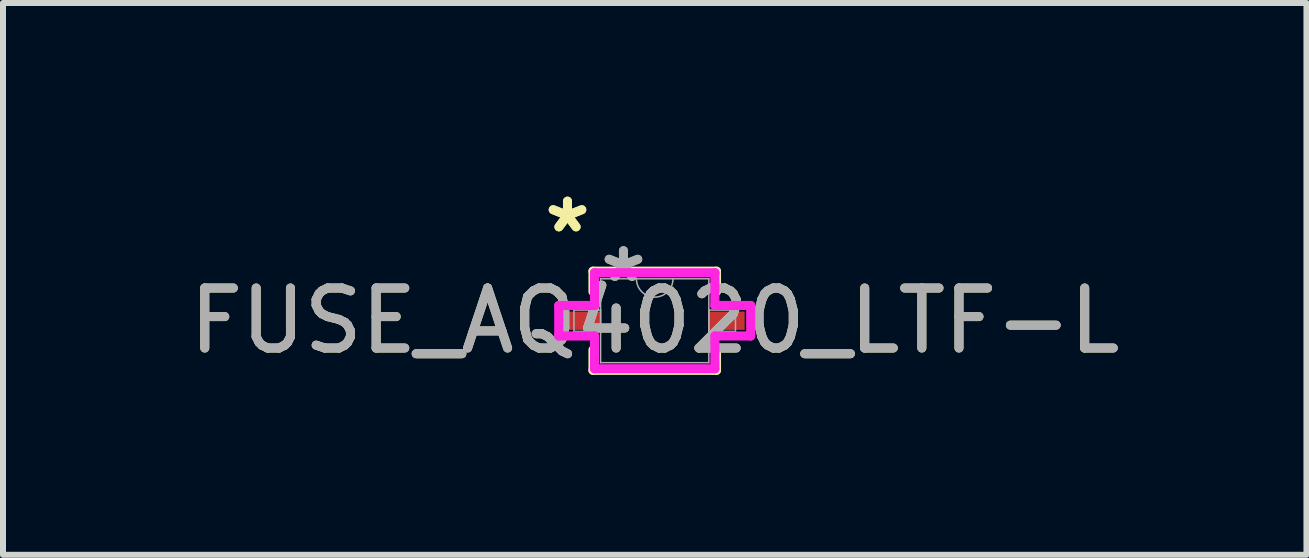
<source format=kicad_pcb>
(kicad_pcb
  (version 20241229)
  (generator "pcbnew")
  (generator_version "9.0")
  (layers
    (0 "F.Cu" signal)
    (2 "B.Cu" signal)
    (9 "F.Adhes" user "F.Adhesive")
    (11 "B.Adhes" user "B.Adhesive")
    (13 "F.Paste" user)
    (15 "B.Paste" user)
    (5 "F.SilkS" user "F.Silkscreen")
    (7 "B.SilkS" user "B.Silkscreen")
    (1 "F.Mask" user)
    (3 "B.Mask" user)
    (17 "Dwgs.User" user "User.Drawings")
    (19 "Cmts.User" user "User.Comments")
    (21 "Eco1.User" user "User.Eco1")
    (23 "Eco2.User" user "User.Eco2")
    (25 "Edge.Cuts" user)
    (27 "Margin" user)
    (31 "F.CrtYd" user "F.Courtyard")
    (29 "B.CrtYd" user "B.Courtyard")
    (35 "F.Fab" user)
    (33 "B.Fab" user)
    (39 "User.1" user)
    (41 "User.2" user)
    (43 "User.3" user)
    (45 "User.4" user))
  (footprint "FUSE_AQ4020_LTF-L"
    (layer "F.Cu")
    (at 7.863 2.296)
    (property "Reference" "FUSE_AQ4020_LTF-L" (at 0 0 0) (unlocked yes) (layer "F.SilkS") (effects (font (size 1 1) (thickness 0.15))))
    (attr smd)
    (fp_line (start -1.029 -0.826) (end -1.029 -0.485) (stroke (width 0.152) (type solid)) (layer "F.SilkS"))
    (fp_line (start -1.029 0.485) (end -1.029 0.826) (stroke (width 0.152) (type solid)) (layer "F.SilkS"))
    (fp_line (start -1.029 0.826) (end 1.029 0.826) (stroke (width 0.152) (type solid)) (layer "F.SilkS"))
    (fp_line (start 1.029 -0.826) (end -1.029 -0.826) (stroke (width 0.152) (type solid)) (layer "F.SilkS"))
    (fp_line (start 1.029 -0.485) (end 1.029 -0.826) (stroke (width 0.152) (type solid)) (layer "F.SilkS"))
    (fp_line (start 1.029 0.826) (end 1.029 0.485) (stroke (width 0.152) (type solid)) (layer "F.SilkS"))
    (fp_line (start -1.6 -0.254) (end -1.003 -0.254) (stroke (width 0.152) (type solid)) (layer "F.CrtYd"))
    (fp_line (start -1.6 0.254) (end -1.6 -0.254) (stroke (width 0.152) (type solid)) (layer "F.CrtYd"))
    (fp_line (start -1.6 0.254) (end -1.003 0.254) (stroke (width 0.152) (type solid)) (layer "F.CrtYd"))
    (fp_line (start -1.003 -0.8) (end 1.003 -0.8) (stroke (width 0.152) (type solid)) (layer "F.CrtYd"))
    (fp_line (start -1.003 -0.254) (end -1.003 -0.8) (stroke (width 0.152) (type solid)) (layer "F.CrtYd"))
    (fp_line (start -1.003 0.8) (end -1.003 0.254) (stroke (width 0.152) (type solid)) (layer "F.CrtYd"))
    (fp_line (start 1.003 -0.8) (end 1.003 -0.254) (stroke (width 0.152) (type solid)) (layer "F.CrtYd"))
    (fp_line (start 1.003 0.254) (end 1.003 0.8) (stroke (width 0.152) (type solid)) (layer "F.CrtYd"))
    (fp_line (start 1.003 0.8) (end -1.003 0.8) (stroke (width 0.152) (type solid)) (layer "F.CrtYd"))
    (fp_line (start 1.6 -0.254) (end 1.003 -0.254) (stroke (width 0.152) (type solid)) (layer "F.CrtYd"))
    (fp_line (start 1.6 -0.254) (end 1.6 0.254) (stroke (width 0.152) (type solid)) (layer "F.CrtYd"))
    (fp_line (start 1.6 0.254) (end 1.003 0.254) (stroke (width 0.152) (type solid)) (layer "F.CrtYd"))
    (fp_line (start -1.346 -0.178) (end -1.346 0.178) (stroke (width 0.025) (type solid)) (layer "F.Fab"))
    (fp_line (start -1.346 0.178) (end -0.902 0.178) (stroke (width 0.025) (type solid)) (layer "F.Fab"))
    (fp_line (start -0.902 -0.699) (end -0.902 0.699) (stroke (width 0.025) (type solid)) (layer "F.Fab"))
    (fp_line (start -0.902 -0.178) (end -1.346 -0.178) (stroke (width 0.025) (type solid)) (layer "F.Fab"))
    (fp_line (start -0.902 0.178) (end -0.902 -0.178) (stroke (width 0.025) (type solid)) (layer "F.Fab"))
    (fp_line (start -0.902 0.699) (end 0.902 0.699) (stroke (width 0.025) (type solid)) (layer "F.Fab"))
    (fp_line (start 0.902 -0.699) (end -0.902 -0.699) (stroke (width 0.025) (type solid)) (layer "F.Fab"))
    (fp_line (start 0.902 -0.178) (end 0.902 0.178) (stroke (width 0.025) (type solid)) (layer "F.Fab"))
    (fp_line (start 0.902 0.178) (end 1.346 0.178) (stroke (width 0.025) (type solid)) (layer "F.Fab"))
    (fp_line (start 0.902 0.699) (end 0.902 -0.699) (stroke (width 0.025) (type solid)) (layer "F.Fab"))
    (fp_line (start 1.346 -0.178) (end 0.902 -0.178) (stroke (width 0.025) (type solid)) (layer "F.Fab"))
    (fp_line (start 1.346 0.178) (end 1.346 -0.178) (stroke (width 0.025) (type solid)) (layer "F.Fab"))
    (fp_arc (start 0.3048 -0.6985) (mid 0 -0.3937) (end -0.3048 -0.6985) (stroke (width 0.0254) (type solid)) (layer "F.Fab"))
    (fp_text user "*" (at -1.454 -1.448 0) (unlocked yes) (layer "F.SilkS") (effects (font (size 1 1) (thickness 0.15))))
    (fp_text user "*" (at -1.454 -1.448 0) (layer "F.SilkS") (effects (font (size 1 1) (thickness 0.15))))
    (fp_text user "*" (at -0.521 -0.622 0) (unlocked yes) (layer "F.Fab") (effects (font (size 1 1) (thickness 0.15))))
    (fp_text user "${REFERENCE}" (at 0 0 0) (unlocked yes) (layer "F.Fab") (effects (font (size 1 1) (thickness 0.15))))
    (fp_text user "*" (at -0.521 -0.622 0) (layer "F.Fab") (effects (font (size 1 1) (thickness 0.15))))
    (pad "1" smd rect (at -1.2 0) (size 0.597 0.305) (layers "F.Cu" "F.Mask" "F.Paste"))
    (pad "2" smd rect (at 1.2 0) (size 0.597 0.305) (layers "F.Cu" "F.Mask" "F.Paste")))
  (gr_rect
    (start -3 -3)
    (end 18.726 6.198)
    (stroke (width 0.1) (type default))
    (fill no)
    (layer "Edge.Cuts")))
</source>
